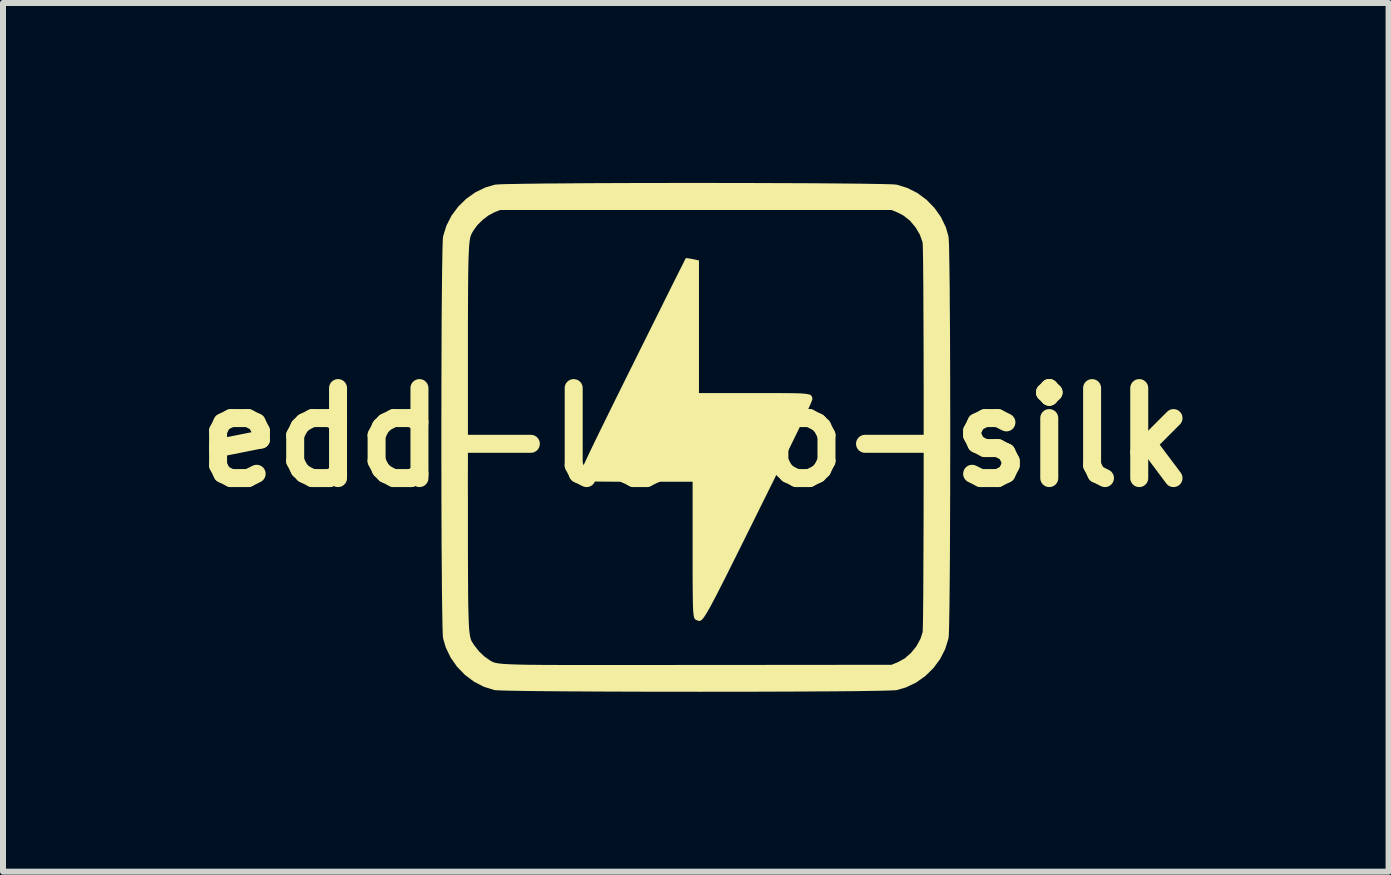
<source format=kicad_pcb>
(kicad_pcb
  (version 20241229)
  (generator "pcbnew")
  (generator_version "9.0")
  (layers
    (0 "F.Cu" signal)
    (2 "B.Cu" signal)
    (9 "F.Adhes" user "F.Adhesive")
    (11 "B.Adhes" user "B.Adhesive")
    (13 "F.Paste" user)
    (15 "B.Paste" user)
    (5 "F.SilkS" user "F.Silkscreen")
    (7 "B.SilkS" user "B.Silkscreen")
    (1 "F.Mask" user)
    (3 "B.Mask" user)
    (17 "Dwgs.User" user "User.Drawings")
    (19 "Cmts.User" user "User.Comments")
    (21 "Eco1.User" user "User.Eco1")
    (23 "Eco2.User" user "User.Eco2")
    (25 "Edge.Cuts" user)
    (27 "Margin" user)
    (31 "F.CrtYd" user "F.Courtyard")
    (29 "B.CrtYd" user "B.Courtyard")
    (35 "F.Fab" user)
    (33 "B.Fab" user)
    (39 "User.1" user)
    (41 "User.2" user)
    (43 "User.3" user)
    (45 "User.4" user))
  (footprint "edd-logo-silk"
    (layer "F.Cu")
    (at 8.55 4.242)
    (property "Reference" "edd-logo-silk" (at 0 0 0) (layer "F.SilkS") (effects (font (size 1.5 1.5) (thickness 0.3))))
    (attr board_only exclude_from_pos_files exclude_from_bom)
    (fp_poly (pts (xy -0.103 -2.982) (xy -0.053 -2.973) (xy 0.053 -2.95) (xy 0.053 -1.845) (xy 0.053 -0.739) (xy 0.966 -0.739) (xy 1.174 -0.739) (xy 1.349 -0.739) (xy 1.494 -0.738) (xy 1.613 -0.737) (xy 1.708 -0.735) (xy 1.781 -0.731) (xy 1.837 -0.726) (xy 1.877 -0.719) (xy 1.904 -0.711) (xy 1.922 -0.7) (xy 1.932 -0.686) (xy 1.939 -0.669) (xy 1.943 -0.65) (xy 1.945 -0.644) (xy 1.941 -0.628) (xy 1.928 -0.592) (xy 1.904 -0.536) (xy 1.869 -0.458) (xy 1.822 -0.358) (xy 1.763 -0.234) (xy 1.691 -0.085) (xy 1.606 0.089) (xy 1.508 0.29) (xy 1.395 0.519) (xy 1.268 0.777) (xy 1.125 1.065) (xy 1.054 1.208) (xy 0.914 1.491) (xy 0.789 1.743) (xy 0.677 1.968) (xy 0.578 2.166) (xy 0.492 2.339) (xy 0.416 2.488) (xy 0.351 2.616) (xy 0.294 2.724) (xy 0.247 2.813) (xy 0.206 2.886) (xy 0.172 2.943) (xy 0.144 2.987) (xy 0.12 3.019) (xy 0.1 3.04) (xy 0.083 3.053) (xy 0.068 3.059) (xy 0.054 3.06) (xy 0.04 3.056) (xy 0.025 3.051) (xy 0.018 3.048) (xy 0.004 3.043) (xy -0.008 3.036) (xy -0.018 3.024) (xy -0.027 3.006) (xy -0.034 2.978) (xy -0.039 2.939) (xy -0.044 2.885) (xy -0.047 2.813) (xy -0.049 2.722) (xy -0.051 2.609) (xy -0.052 2.472) (xy -0.053 2.307) (xy -0.053 2.112) (xy -0.053 1.884) (xy -0.053 1.861) (xy -0.053 0.739) (xy -0.966 0.739) (xy -1.174 0.739) (xy -1.349 0.739) (xy -1.494 0.738) (xy -1.613 0.737) (xy -1.708 0.735) (xy -1.781 0.731) (xy -1.837 0.726) (xy -1.877 0.719) (xy -1.904 0.711) (xy -1.922 0.7) (xy -1.932 0.686) (xy -1.938 0.669) (xy -1.943 0.65) (xy -1.945 0.645) (xy -1.941 0.628) (xy -1.927 0.591) (xy -1.902 0.532) (xy -1.865 0.451) (xy -1.816 0.347) (xy -1.755 0.218) (xy -1.681 0.064) (xy -1.593 -0.116) (xy -1.491 -0.324) (xy -1.375 -0.56) (xy -1.244 -0.825) (xy -1.098 -1.12) (xy -1.064 -1.187) (xy -0.948 -1.422) (xy -0.835 -1.648) (xy -0.728 -1.864) (xy -0.627 -2.066) (xy -0.534 -2.254) (xy -0.449 -2.425) (xy -0.373 -2.577) (xy -0.308 -2.708) (xy -0.253 -2.816) (xy -0.211 -2.9) (xy -0.183 -2.957) (xy -0.168 -2.985) (xy -0.167 -2.988) (xy -0.147 -2.988)) (stroke (width 0) (type solid)) (fill yes) (layer "F.SilkS"))
    (fp_poly (pts (xy 0.245 -4.242) (xy 0.545 -4.241) (xy 0.841 -4.241) (xy 1.13 -4.24) (xy 1.412 -4.239) (xy 1.683 -4.238) (xy 1.942 -4.237) (xy 2.186 -4.235) (xy 2.412 -4.233) (xy 2.62 -4.231) (xy 2.806 -4.229) (xy 2.969 -4.226) (xy 3.106 -4.224) (xy 3.216 -4.221) (xy 3.295 -4.218) (xy 3.342 -4.214) (xy 3.351 -4.213) (xy 3.529 -4.158) (xy 3.696 -4.073) (xy 3.847 -3.961) (xy 3.978 -3.827) (xy 4.087 -3.673) (xy 4.168 -3.505) (xy 4.213 -3.351) (xy 4.216 -3.317) (xy 4.22 -3.249) (xy 4.223 -3.151) (xy 4.225 -3.024) (xy 4.228 -2.871) (xy 4.23 -2.693) (xy 4.233 -2.493) (xy 4.234 -2.273) (xy 4.236 -2.036) (xy 4.238 -1.783) (xy 4.239 -1.516) (xy 4.24 -1.238) (xy 4.241 -0.951) (xy 4.241 -0.657) (xy 4.242 -0.358) (xy 4.242 -0.057) (xy 4.242 0.245) (xy 4.241 0.545) (xy 4.241 0.841) (xy 4.24 1.13) (xy 4.239 1.412) (xy 4.238 1.683) (xy 4.237 1.942) (xy 4.235 2.186) (xy 4.233 2.412) (xy 4.231 2.62) (xy 4.229 2.806) (xy 4.226 2.969) (xy 4.224 3.106) (xy 4.221 3.216) (xy 4.218 3.295) (xy 4.214 3.342) (xy 4.213 3.351) (xy 4.158 3.529) (xy 4.073 3.696) (xy 3.961 3.847) (xy 3.827 3.978) (xy 3.673 4.087) (xy 3.505 4.168) (xy 3.351 4.213) (xy 3.317 4.216) (xy 3.25 4.219) (xy 3.153 4.222) (xy 3.026 4.225) (xy 2.873 4.227) (xy 2.696 4.23) (xy 2.497 4.232) (xy 2.278 4.234) (xy 2.041 4.235) (xy 1.788 4.237) (xy 1.522 4.238) (xy 1.244 4.239) (xy 0.958 4.24) (xy 0.664 4.24) (xy 0.365 4.24) (xy 0.064 4.241) (xy -0.238 4.24) (xy -0.538 4.24) (xy -0.834 4.24) (xy -1.124 4.239) (xy -1.406 4.238) (xy -1.677 4.237) (xy -1.937 4.235) (xy -2.181 4.234) (xy -2.409 4.232) (xy -2.617 4.23) (xy -2.805 4.228) (xy -2.969 4.225) (xy -3.107 4.223) (xy -3.218 4.22) (xy -3.299 4.217) (xy -3.348 4.213) (xy -3.36 4.212) (xy -3.535 4.157) (xy -3.7 4.071) (xy -3.849 3.959) (xy -3.98 3.824) (xy -4.087 3.671) (xy -4.168 3.504) (xy -4.213 3.351) (xy -4.216 3.317) (xy -4.22 3.249) (xy -4.223 3.151) (xy -4.225 3.024) (xy -4.228 2.871) (xy -4.23 2.693) (xy -4.233 2.493) (xy -4.234 2.273) (xy -4.236 2.036) (xy -4.238 1.783) (xy -4.239 1.516) (xy -4.24 1.238) (xy -4.241 0.951) (xy -4.241 0.767) (xy -3.8 0.767) (xy -3.799 1.101) (xy -3.799 1.405) (xy -3.799 1.68) (xy -3.799 1.927) (xy -3.798 2.148) (xy -3.797 2.346) (xy -3.796 2.52) (xy -3.795 2.673) (xy -3.793 2.806) (xy -3.79 2.921) (xy -3.787 3.019) (xy -3.784 3.103) (xy -3.78 3.172) (xy -3.775 3.23) (xy -3.769 3.277) (xy -3.763 3.316) (xy -3.756 3.346) (xy -3.748 3.372) (xy -3.74 3.392) (xy -3.73 3.41) (xy -3.719 3.427) (xy -3.708 3.444) (xy -3.695 3.463) (xy -3.694 3.465) (xy -3.617 3.564) (xy -3.524 3.653) (xy -3.446 3.708) (xy -3.429 3.719) (xy -3.413 3.729) (xy -3.396 3.738) (xy -3.379 3.746) (xy -3.358 3.754) (xy -3.333 3.76) (xy -3.301 3.766) (xy -3.262 3.771) (xy -3.213 3.776) (xy -3.154 3.78) (xy -3.082 3.783) (xy -2.997 3.786) (xy -2.896 3.789) (xy -2.778 3.791) (xy -2.642 3.792) (xy -2.485 3.794) (xy -2.308 3.794) (xy -2.107 3.795) (xy -1.882 3.795) (xy -1.63 3.795) (xy -1.351 3.795) (xy -1.043 3.795) (xy -0.704 3.795) (xy -0.333 3.794) (xy 0.035 3.794) (xy 3.263 3.791) (xy 3.368 3.748) (xy 3.483 3.685) (xy 3.588 3.593) (xy 3.678 3.482) (xy 3.746 3.357) (xy 3.781 3.25) (xy 3.783 3.224) (xy 3.785 3.164) (xy 3.787 3.073) (xy 3.789 2.954) (xy 3.79 2.808) (xy 3.792 2.638) (xy 3.793 2.446) (xy 3.794 2.233) (xy 3.795 2.003) (xy 3.796 1.757) (xy 3.797 1.497) (xy 3.798 1.227) (xy 3.798 0.947) (xy 3.799 0.66) (xy 3.799 0.368) (xy 3.799 0.073) (xy 3.799 -0.222) (xy 3.799 -0.516) (xy 3.799 -0.805) (xy 3.798 -1.089) (xy 3.798 -1.365) (xy 3.797 -1.63) (xy 3.796 -1.883) (xy 3.795 -2.121) (xy 3.794 -2.343) (xy 3.793 -2.546) (xy 3.791 -2.727) (xy 3.79 -2.885) (xy 3.788 -3.018) (xy 3.786 -3.123) (xy 3.784 -3.198) (xy 3.782 -3.242) (xy 3.781 -3.25) (xy 3.736 -3.38) (xy 3.663 -3.503) (xy 3.571 -3.612) (xy 3.463 -3.698) (xy 3.368 -3.748) (xy 3.263 -3.791) (xy 0 -3.791) (xy -3.263 -3.791) (xy -3.364 -3.75) (xy -3.457 -3.7) (xy -3.552 -3.627) (xy -3.638 -3.543) (xy -3.701 -3.458) (xy -3.701 -3.458) (xy -3.713 -3.438) (xy -3.724 -3.42) (xy -3.734 -3.402) (xy -3.743 -3.384) (xy -3.751 -3.362) (xy -3.759 -3.337) (xy -3.765 -3.305) (xy -3.771 -3.266) (xy -3.776 -3.219) (xy -3.781 -3.16) (xy -3.784 -3.09) (xy -3.788 -3.006) (xy -3.791 -2.907) (xy -3.793 -2.791) (xy -3.795 -2.657) (xy -3.796 -2.504) (xy -3.797 -2.329) (xy -3.798 -2.131) (xy -3.799 -1.908) (xy -3.799 -1.66) (xy -3.799 -1.384) (xy -3.799 -1.079) (xy -3.799 -0.744) (xy -3.799 -0.376) (xy -3.799 0) (xy -3.799 0.4) (xy -3.8 0.767) (xy -4.241 0.767) (xy -4.241 0.657) (xy -4.242 0.358) (xy -4.242 0.057) (xy -4.242 -0.245) (xy -4.241 -0.545) (xy -4.241 -0.841) (xy -4.24 -1.13) (xy -4.239 -1.412) (xy -4.238 -1.683) (xy -4.237 -1.942) (xy -4.235 -2.186) (xy -4.233 -2.412) (xy -4.231 -2.62) (xy -4.229 -2.806) (xy -4.226 -2.969) (xy -4.224 -3.106) (xy -4.221 -3.216) (xy -4.218 -3.295) (xy -4.214 -3.342) (xy -4.213 -3.351) (xy -4.158 -3.529) (xy -4.073 -3.696) (xy -3.961 -3.847) (xy -3.827 -3.978) (xy -3.673 -4.087) (xy -3.505 -4.168) (xy -3.351 -4.213) (xy -3.317 -4.216) (xy -3.249 -4.22) (xy -3.151 -4.223) (xy -3.024 -4.225) (xy -2.871 -4.228) (xy -2.693 -4.23) (xy -2.493 -4.233) (xy -2.273 -4.234) (xy -2.036 -4.236) (xy -1.783 -4.238) (xy -1.516 -4.239) (xy -1.238 -4.24) (xy -0.951 -4.241) (xy -0.657 -4.241) (xy -0.358 -4.242) (xy -0.057 -4.242)) (stroke (width 0) (type solid)) (fill yes) (layer "F.SilkS")))
  (gr_rect
    (start -3 -3)
    (end 20.1 11.482)
    (stroke (width 0.1) (type default))
    (fill no)
    (layer "Edge.Cuts")))
</source>
